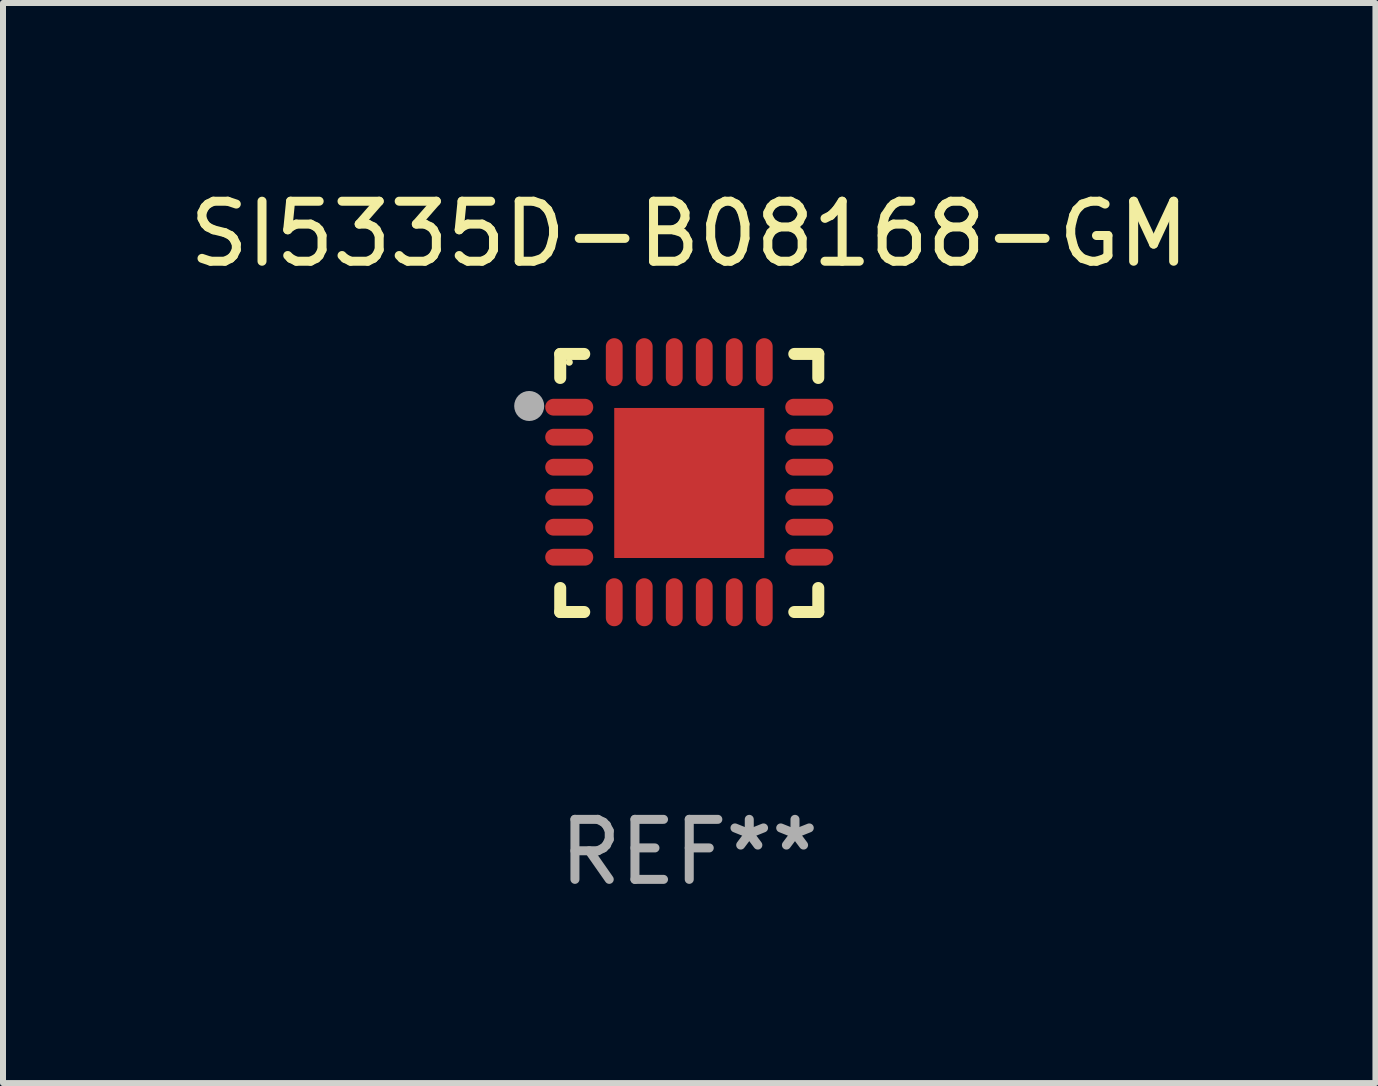
<source format=kicad_pcb>
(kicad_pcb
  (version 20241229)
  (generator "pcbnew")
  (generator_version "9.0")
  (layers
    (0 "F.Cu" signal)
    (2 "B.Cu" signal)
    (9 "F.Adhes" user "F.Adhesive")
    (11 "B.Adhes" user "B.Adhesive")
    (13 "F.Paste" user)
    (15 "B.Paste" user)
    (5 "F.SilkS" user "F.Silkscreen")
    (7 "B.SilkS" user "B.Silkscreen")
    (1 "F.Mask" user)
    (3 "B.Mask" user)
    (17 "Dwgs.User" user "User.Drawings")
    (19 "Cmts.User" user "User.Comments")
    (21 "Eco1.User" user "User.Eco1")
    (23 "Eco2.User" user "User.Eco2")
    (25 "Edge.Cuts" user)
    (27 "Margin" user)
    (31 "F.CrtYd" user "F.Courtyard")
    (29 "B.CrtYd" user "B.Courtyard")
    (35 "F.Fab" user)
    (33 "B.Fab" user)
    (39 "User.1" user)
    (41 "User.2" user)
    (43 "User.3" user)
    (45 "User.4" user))
  (footprint "SI5335D-B08168-GM"
    (layer "F.Cu")
    (at 8.435 4.998)
    (property "Reference" "SI5335D-B08168-GM" (at 0 -4.15 0) (layer "F.SilkS") (effects (font (size 1 1) (thickness 0.15))))
    (attr through_hole)
    (fp_line (start -2.15 -2.15) (end -1.75 -2.15) (stroke (width 0.2) (type solid)) (layer "F.SilkS"))
    (fp_line (start -2.15 -1.75) (end -2.15 -2.15) (stroke (width 0.2) (type solid)) (layer "F.SilkS"))
    (fp_line (start -2.15 2.15) (end -2.15 1.75) (stroke (width 0.2) (type solid)) (layer "F.SilkS"))
    (fp_line (start -1.75 2.15) (end -2.15 2.15) (stroke (width 0.2) (type solid)) (layer "F.SilkS"))
    (fp_line (start 1.75 -2.15) (end 2.15 -2.15) (stroke (width 0.2) (type solid)) (layer "F.SilkS"))
    (fp_line (start 1.75 2.15) (end 2.15 2.15) (stroke (width 0.2) (type solid)) (layer "F.SilkS"))
    (fp_line (start 2.15 -2.15) (end 2.15 -1.75) (stroke (width 0.2) (type solid)) (layer "F.SilkS"))
    (fp_line (start 2.15 2.15) (end 2.15 1.75) (stroke (width 0.2) (type solid)) (layer "F.SilkS"))
    (fp_circle (center -2 -2.013) (end -1.97 -2.013) (stroke (width 0.06) (type solid)) (fill no) (layer "F.SilkS"))
    (fp_circle (center -2.667 -1.283) (end -2.542 -1.283) (stroke (width 0.25) (type solid)) (fill no) (layer "F.Fab"))
    (fp_text user "REF**" (at 0 6.15 0) (layer "F.Fab") (effects (font (size 1 1) (thickness 0.15))))
    (pad "1" smd oval (at -2 -1.263) (size 0.8 0.28) (layers "F.Cu" "F.Mask" "F.Paste"))
    (pad "2" smd oval (at -2 -0.763) (size 0.8 0.28) (layers "F.Cu" "F.Mask" "F.Paste"))
    (pad "3" smd oval (at -2 -0.263) (size 0.8 0.28) (layers "F.Cu" "F.Mask" "F.Paste"))
    (pad "4" smd oval (at -2 0.237) (size 0.8 0.28) (layers "F.Cu" "F.Mask" "F.Paste"))
    (pad "5" smd oval (at -2 0.737) (size 0.8 0.28) (layers "F.Cu" "F.Mask" "F.Paste"))
    (pad "6" smd oval (at -2 1.237) (size 0.8 0.28) (layers "F.Cu" "F.Mask" "F.Paste"))
    (pad "7" smd oval (at -1.25 1.987) (size 0.28 0.8) (layers "F.Cu" "F.Mask" "F.Paste"))
    (pad "8" smd oval (at -0.75 1.987) (size 0.28 0.8) (layers "F.Cu" "F.Mask" "F.Paste"))
    (pad "9" smd oval (at -0.25 1.987) (size 0.28 0.8) (layers "F.Cu" "F.Mask" "F.Paste"))
    (pad "10" smd oval (at 0.25 1.987) (size 0.28 0.8) (layers "F.Cu" "F.Mask" "F.Paste"))
    (pad "11" smd oval (at 0.75 1.987) (size 0.28 0.8) (layers "F.Cu" "F.Mask" "F.Paste"))
    (pad "12" smd oval (at 1.25 1.987) (size 0.28 0.8) (layers "F.Cu" "F.Mask" "F.Paste"))
    (pad "13" smd oval (at 2 1.237) (size 0.8 0.28) (layers "F.Cu" "F.Mask" "F.Paste"))
    (pad "14" smd oval (at 2 0.737) (size 0.8 0.28) (layers "F.Cu" "F.Mask" "F.Paste"))
    (pad "15" smd oval (at 2 0.237) (size 0.8 0.28) (layers "F.Cu" "F.Mask" "F.Paste"))
    (pad "16" smd oval (at 2 -0.263) (size 0.8 0.28) (layers "F.Cu" "F.Mask" "F.Paste"))
    (pad "17" smd oval (at 2 -0.763) (size 0.8 0.28) (layers "F.Cu" "F.Mask" "F.Paste"))
    (pad "18" smd oval (at 2 -1.263) (size 0.8 0.28) (layers "F.Cu" "F.Mask" "F.Paste"))
    (pad "19" smd oval (at 1.25 -2.013) (size 0.28 0.8) (layers "F.Cu" "F.Mask" "F.Paste"))
    (pad "20" smd oval (at 0.75 -2.013) (size 0.28 0.8) (layers "F.Cu" "F.Mask" "F.Paste"))
    (pad "21" smd oval (at 0.25 -2.013) (size 0.28 0.8) (layers "F.Cu" "F.Mask" "F.Paste"))
    (pad "22" smd oval (at -0.25 -2.013) (size 0.28 0.8) (layers "F.Cu" "F.Mask" "F.Paste"))
    (pad "23" smd oval (at -0.75 -2.013) (size 0.28 0.8) (layers "F.Cu" "F.Mask" "F.Paste"))
    (pad "24" smd oval (at -1.25 -2.013) (size 0.28 0.8) (layers "F.Cu" "F.Mask" "F.Paste"))
    (pad "25" smd rect (at -0.000127 -0.00014) (size 2.5 2.5) (layers "F.Cu" "F.Mask" "F.Paste")))
  (gr_rect
    (start -3 -3)
    (end 19.869 14.997)
    (stroke (width 0.1) (type default))
    (fill no)
    (layer "Edge.Cuts")))
</source>
